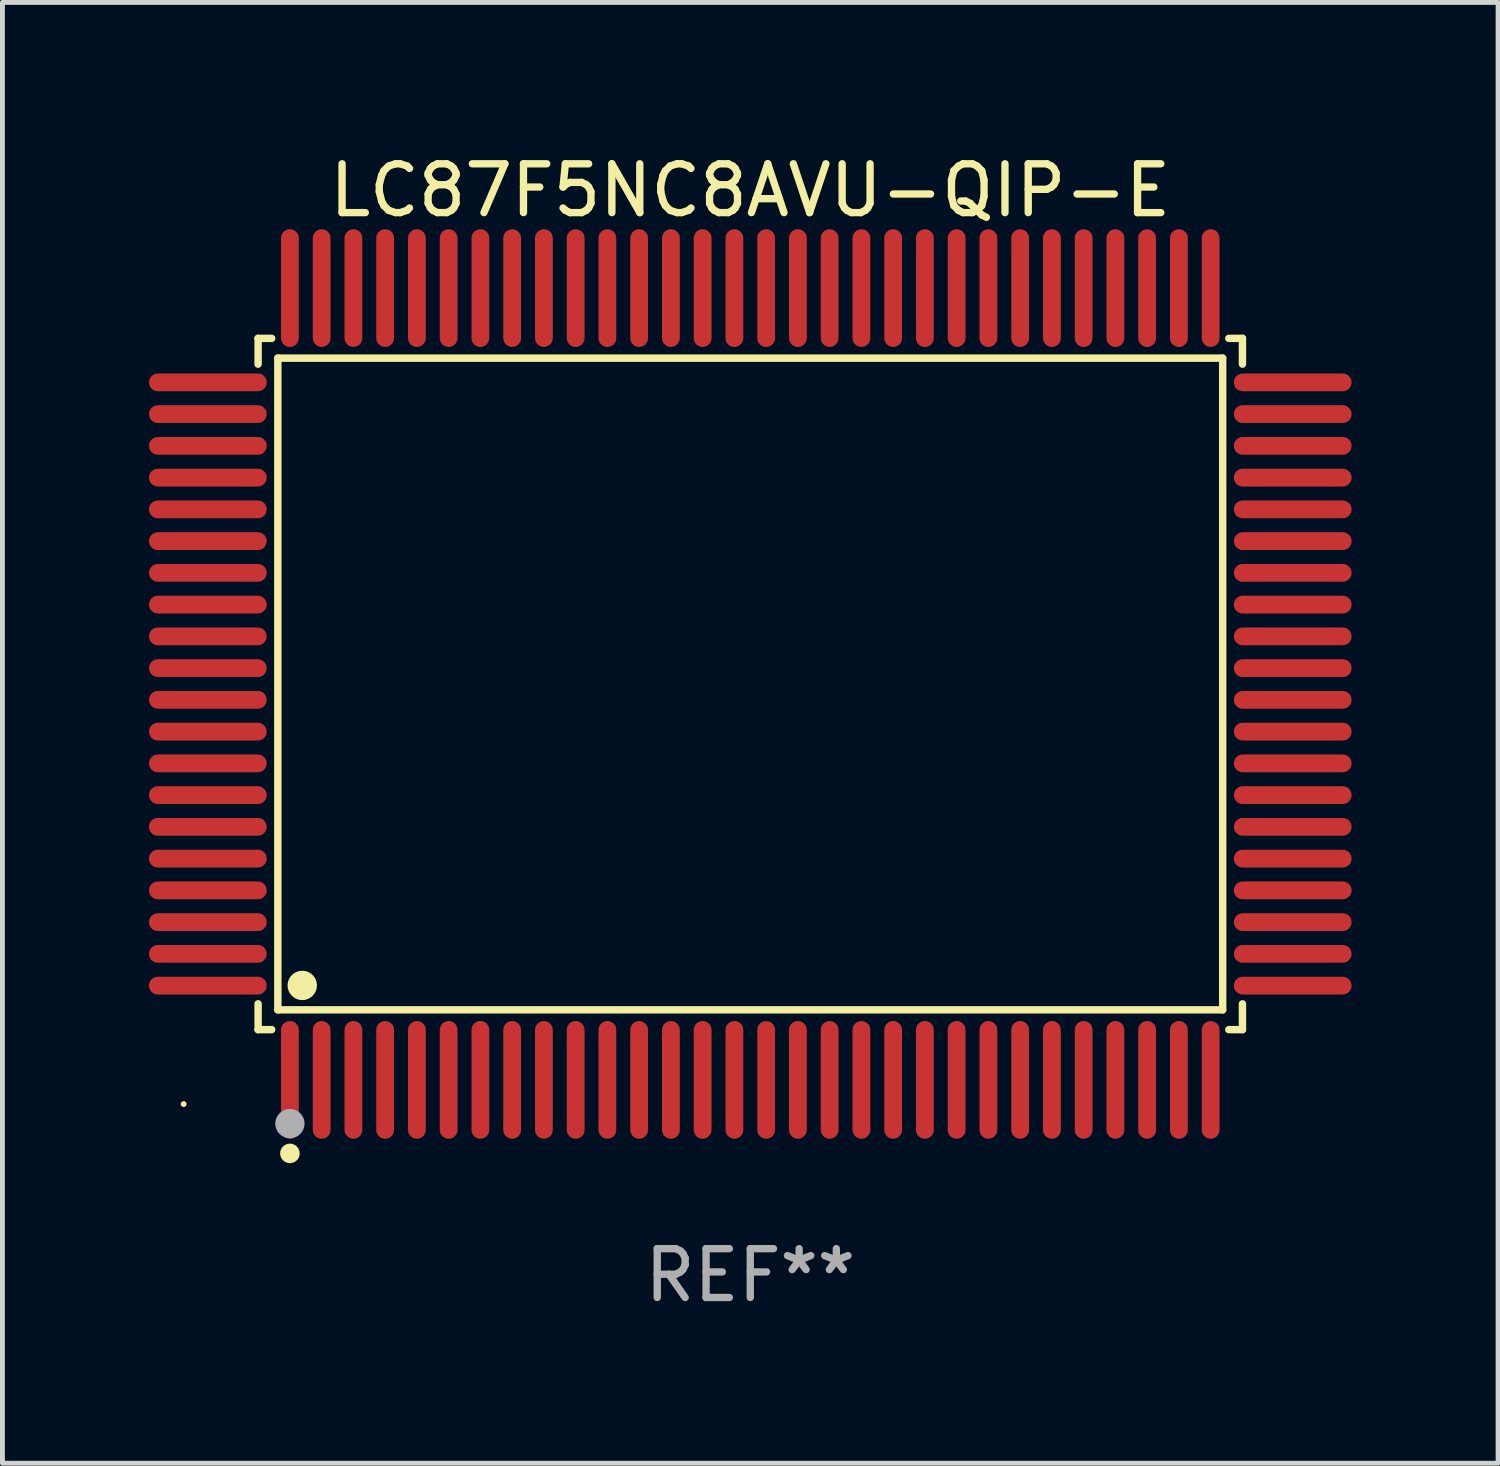
<source format=kicad_pcb>
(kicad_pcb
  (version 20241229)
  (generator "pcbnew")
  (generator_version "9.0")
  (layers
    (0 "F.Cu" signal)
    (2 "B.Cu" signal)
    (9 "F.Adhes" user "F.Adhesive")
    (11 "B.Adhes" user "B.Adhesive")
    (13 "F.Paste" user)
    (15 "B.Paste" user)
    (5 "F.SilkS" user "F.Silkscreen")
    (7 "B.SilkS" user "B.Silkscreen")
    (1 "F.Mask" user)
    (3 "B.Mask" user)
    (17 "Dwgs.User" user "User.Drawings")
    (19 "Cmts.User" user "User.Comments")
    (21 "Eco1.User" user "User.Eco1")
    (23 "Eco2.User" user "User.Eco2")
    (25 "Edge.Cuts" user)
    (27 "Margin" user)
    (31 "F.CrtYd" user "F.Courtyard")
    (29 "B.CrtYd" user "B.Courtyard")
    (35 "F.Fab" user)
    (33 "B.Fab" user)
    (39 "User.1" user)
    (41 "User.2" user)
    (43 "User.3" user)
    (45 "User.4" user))
  (footprint "LC87F5NC8AVU-QIP-E"
    (layer "F.Cu")
    (at 12.31 10.953)
    (property "Reference" "LC87F5NC8AVU-QIP-E" (at 0 -10.105 0) (layer "F.SilkS") (effects (font (size 1 1) (thickness 0.15))))
    (attr through_hole)
    (fp_line (start -10.076 -7.076) (end -9.798 -7.076) (stroke (width 0.152) (type solid)) (layer "F.SilkS"))
    (fp_line (start -10.076 -6.548) (end -10.076 -7.076) (stroke (width 0.152) (type solid)) (layer "F.SilkS"))
    (fp_line (start -10.076 6.548) (end -10.076 7.076) (stroke (width 0.152) (type solid)) (layer "F.SilkS"))
    (fp_line (start -10.076 7.076) (end -9.798 7.076) (stroke (width 0.152) (type solid)) (layer "F.SilkS"))
    (fp_line (start -9.672 -6.671) (end 9.671 -6.671) (stroke (width 0.152) (type solid)) (layer "F.SilkS"))
    (fp_line (start -9.672 6.671) (end -9.672 -6.671) (stroke (width 0.152) (type solid)) (layer "F.SilkS"))
    (fp_line (start 9.671 -6.671) (end 9.671 6.671) (stroke (width 0.152) (type solid)) (layer "F.SilkS"))
    (fp_line (start 9.671 6.671) (end -9.672 6.671) (stroke (width 0.152) (type solid)) (layer "F.SilkS"))
    (fp_line (start 10.076 -7.076) (end 9.797 -7.076) (stroke (width 0.152) (type solid)) (layer "F.SilkS"))
    (fp_line (start 10.076 -6.548) (end 10.076 -7.076) (stroke (width 0.152) (type solid)) (layer "F.SilkS"))
    (fp_line (start 10.076 6.548) (end 10.076 7.076) (stroke (width 0.152) (type solid)) (layer "F.SilkS"))
    (fp_line (start 10.076 7.076) (end 9.797 7.076) (stroke (width 0.152) (type solid)) (layer "F.SilkS"))
    (fp_circle (center -11.6 8.6) (end -11.57 8.6) (stroke (width 0.06) (type solid)) (fill no) (layer "F.SilkS"))
    (fp_circle (center -9.425 9.61) (end -9.325 9.61) (stroke (width 0.2) (type solid)) (fill no) (layer "F.SilkS"))
    (fp_circle (center -9.172 6.171) (end -9.021 6.171) (stroke (width 0.3) (type solid)) (fill no) (layer "F.SilkS"))
    (fp_circle (center -9.425 9) (end -9.275 9) (stroke (width 0.3) (type solid)) (fill no) (layer "F.Fab"))
    (fp_text user "REF**" (at 0 12.105 0) (layer "F.Fab") (effects (font (size 1 1) (thickness 0.15))))
    (pad "1" smd oval (at -9.425 8.105) (size 0.364 2.41) (layers "F.Cu" "F.Mask" "F.Paste"))
    (pad "2" smd oval (at -8.775 8.105) (size 0.364 2.41) (layers "F.Cu" "F.Mask" "F.Paste"))
    (pad "3" smd oval (at -8.125 8.105) (size 0.364 2.41) (layers "F.Cu" "F.Mask" "F.Paste"))
    (pad "4" smd oval (at -7.475 8.105) (size 0.364 2.41) (layers "F.Cu" "F.Mask" "F.Paste"))
    (pad "5" smd oval (at -6.825 8.105) (size 0.364 2.41) (layers "F.Cu" "F.Mask" "F.Paste"))
    (pad "6" smd oval (at -6.175 8.105) (size 0.364 2.41) (layers "F.Cu" "F.Mask" "F.Paste"))
    (pad "7" smd oval (at -5.525 8.105) (size 0.364 2.41) (layers "F.Cu" "F.Mask" "F.Paste"))
    (pad "8" smd oval (at -4.875 8.105) (size 0.364 2.41) (layers "F.Cu" "F.Mask" "F.Paste"))
    (pad "9" smd oval (at -4.225 8.105) (size 0.364 2.41) (layers "F.Cu" "F.Mask" "F.Paste"))
    (pad "10" smd oval (at -3.575 8.105) (size 0.364 2.41) (layers "F.Cu" "F.Mask" "F.Paste"))
    (pad "11" smd oval (at -2.925 8.105) (size 0.364 2.41) (layers "F.Cu" "F.Mask" "F.Paste"))
    (pad "12" smd oval (at -2.275 8.105) (size 0.364 2.41) (layers "F.Cu" "F.Mask" "F.Paste"))
    (pad "13" smd oval (at -1.625 8.105) (size 0.364 2.41) (layers "F.Cu" "F.Mask" "F.Paste"))
    (pad "14" smd oval (at -0.975 8.105) (size 0.364 2.41) (layers "F.Cu" "F.Mask" "F.Paste"))
    (pad "15" smd oval (at -0.325 8.105) (size 0.364 2.41) (layers "F.Cu" "F.Mask" "F.Paste"))
    (pad "16" smd oval (at 0.325 8.105) (size 0.364 2.41) (layers "F.Cu" "F.Mask" "F.Paste"))
    (pad "17" smd oval (at 0.975 8.105) (size 0.364 2.41) (layers "F.Cu" "F.Mask" "F.Paste"))
    (pad "18" smd oval (at 1.625 8.105) (size 0.364 2.41) (layers "F.Cu" "F.Mask" "F.Paste"))
    (pad "19" smd oval (at 2.275 8.105) (size 0.364 2.41) (layers "F.Cu" "F.Mask" "F.Paste"))
    (pad "20" smd oval (at 2.925 8.105) (size 0.364 2.41) (layers "F.Cu" "F.Mask" "F.Paste"))
    (pad "21" smd oval (at 3.575 8.105) (size 0.364 2.41) (layers "F.Cu" "F.Mask" "F.Paste"))
    (pad "22" smd oval (at 4.225 8.105) (size 0.364 2.41) (layers "F.Cu" "F.Mask" "F.Paste"))
    (pad "23" smd oval (at 4.875 8.105) (size 0.364 2.41) (layers "F.Cu" "F.Mask" "F.Paste"))
    (pad "24" smd oval (at 5.525 8.105) (size 0.364 2.41) (layers "F.Cu" "F.Mask" "F.Paste"))
    (pad "25" smd oval (at 6.175 8.105) (size 0.364 2.41) (layers "F.Cu" "F.Mask" "F.Paste"))
    (pad "26" smd oval (at 6.825 8.105) (size 0.364 2.41) (layers "F.Cu" "F.Mask" "F.Paste"))
    (pad "27" smd oval (at 7.475 8.105) (size 0.364 2.41) (layers "F.Cu" "F.Mask" "F.Paste"))
    (pad "28" smd oval (at 8.125 8.105) (size 0.364 2.41) (layers "F.Cu" "F.Mask" "F.Paste"))
    (pad "29" smd oval (at 8.775 8.105) (size 0.364 2.41) (layers "F.Cu" "F.Mask" "F.Paste"))
    (pad "30" smd oval (at 9.425 8.105) (size 0.364 2.41) (layers "F.Cu" "F.Mask" "F.Paste"))
    (pad "31" smd oval (at 11.105 6.175) (size 2.41 0.364) (layers "F.Cu" "F.Mask" "F.Paste"))
    (pad "32" smd oval (at 11.105 5.525) (size 2.41 0.364) (layers "F.Cu" "F.Mask" "F.Paste"))
    (pad "33" smd oval (at 11.105 4.875) (size 2.41 0.364) (layers "F.Cu" "F.Mask" "F.Paste"))
    (pad "34" smd oval (at 11.105 4.225) (size 2.41 0.364) (layers "F.Cu" "F.Mask" "F.Paste"))
    (pad "35" smd oval (at 11.105 3.575) (size 2.41 0.364) (layers "F.Cu" "F.Mask" "F.Paste"))
    (pad "36" smd oval (at 11.105 2.925) (size 2.41 0.364) (layers "F.Cu" "F.Mask" "F.Paste"))
    (pad "37" smd oval (at 11.105 2.275) (size 2.41 0.364) (layers "F.Cu" "F.Mask" "F.Paste"))
    (pad "38" smd oval (at 11.105 1.625) (size 2.41 0.364) (layers "F.Cu" "F.Mask" "F.Paste"))
    (pad "39" smd oval (at 11.105 0.975) (size 2.41 0.364) (layers "F.Cu" "F.Mask" "F.Paste"))
    (pad "40" smd oval (at 11.105 0.325) (size 2.41 0.364) (layers "F.Cu" "F.Mask" "F.Paste"))
    (pad "41" smd oval (at 11.105 -0.325) (size 2.41 0.364) (layers "F.Cu" "F.Mask" "F.Paste"))
    (pad "42" smd oval (at 11.105 -0.975) (size 2.41 0.364) (layers "F.Cu" "F.Mask" "F.Paste"))
    (pad "43" smd oval (at 11.105 -1.625) (size 2.41 0.364) (layers "F.Cu" "F.Mask" "F.Paste"))
    (pad "44" smd oval (at 11.105 -2.275) (size 2.41 0.364) (layers "F.Cu" "F.Mask" "F.Paste"))
    (pad "45" smd oval (at 11.105 -2.925) (size 2.41 0.364) (layers "F.Cu" "F.Mask" "F.Paste"))
    (pad "46" smd oval (at 11.105 -3.575) (size 2.41 0.364) (layers "F.Cu" "F.Mask" "F.Paste"))
    (pad "47" smd oval (at 11.105 -4.225) (size 2.41 0.364) (layers "F.Cu" "F.Mask" "F.Paste"))
    (pad "48" smd oval (at 11.105 -4.875) (size 2.41 0.364) (layers "F.Cu" "F.Mask" "F.Paste"))
    (pad "49" smd oval (at 11.105 -5.525) (size 2.41 0.364) (layers "F.Cu" "F.Mask" "F.Paste"))
    (pad "50" smd oval (at 11.105 -6.175) (size 2.41 0.364) (layers "F.Cu" "F.Mask" "F.Paste"))
    (pad "51" smd oval (at 9.425 -8.105) (size 0.364 2.41) (layers "F.Cu" "F.Mask" "F.Paste"))
    (pad "52" smd oval (at 8.775 -8.105) (size 0.364 2.41) (layers "F.Cu" "F.Mask" "F.Paste"))
    (pad "53" smd oval (at 8.125 -8.105) (size 0.364 2.41) (layers "F.Cu" "F.Mask" "F.Paste"))
    (pad "54" smd oval (at 7.475 -8.105) (size 0.364 2.41) (layers "F.Cu" "F.Mask" "F.Paste"))
    (pad "55" smd oval (at 6.825 -8.105) (size 0.364 2.41) (layers "F.Cu" "F.Mask" "F.Paste"))
    (pad "56" smd oval (at 6.175 -8.105) (size 0.364 2.41) (layers "F.Cu" "F.Mask" "F.Paste"))
    (pad "57" smd oval (at 5.525 -8.105) (size 0.364 2.41) (layers "F.Cu" "F.Mask" "F.Paste"))
    (pad "58" smd oval (at 4.875 -8.105) (size 0.364 2.41) (layers "F.Cu" "F.Mask" "F.Paste"))
    (pad "59" smd oval (at 4.225 -8.105) (size 0.364 2.41) (layers "F.Cu" "F.Mask" "F.Paste"))
    (pad "60" smd oval (at 3.575 -8.105) (size 0.364 2.41) (layers "F.Cu" "F.Mask" "F.Paste"))
    (pad "61" smd oval (at 2.925 -8.105) (size 0.364 2.41) (layers "F.Cu" "F.Mask" "F.Paste"))
    (pad "62" smd oval (at 2.275 -8.105) (size 0.364 2.41) (layers "F.Cu" "F.Mask" "F.Paste"))
    (pad "63" smd oval (at 1.625 -8.105) (size 0.364 2.41) (layers "F.Cu" "F.Mask" "F.Paste"))
    (pad "64" smd oval (at 0.975 -8.105) (size 0.364 2.41) (layers "F.Cu" "F.Mask" "F.Paste"))
    (pad "65" smd oval (at 0.325 -8.105) (size 0.364 2.41) (layers "F.Cu" "F.Mask" "F.Paste"))
    (pad "66" smd oval (at -0.325 -8.105) (size 0.364 2.41) (layers "F.Cu" "F.Mask" "F.Paste"))
    (pad "67" smd oval (at -0.975 -8.105) (size 0.364 2.41) (layers "F.Cu" "F.Mask" "F.Paste"))
    (pad "68" smd oval (at -1.625 -8.105) (size 0.364 2.41) (layers "F.Cu" "F.Mask" "F.Paste"))
    (pad "69" smd oval (at -2.275 -8.105) (size 0.364 2.41) (layers "F.Cu" "F.Mask" "F.Paste"))
    (pad "70" smd oval (at -2.925 -8.105) (size 0.364 2.41) (layers "F.Cu" "F.Mask" "F.Paste"))
    (pad "71" smd oval (at -3.575 -8.105) (size 0.364 2.41) (layers "F.Cu" "F.Mask" "F.Paste"))
    (pad "72" smd oval (at -4.225 -8.105) (size 0.364 2.41) (layers "F.Cu" "F.Mask" "F.Paste"))
    (pad "73" smd oval (at -4.875 -8.105) (size 0.364 2.41) (layers "F.Cu" "F.Mask" "F.Paste"))
    (pad "74" smd oval (at -5.525 -8.105) (size 0.364 2.41) (layers "F.Cu" "F.Mask" "F.Paste"))
    (pad "75" smd oval (at -6.175 -8.105) (size 0.364 2.41) (layers "F.Cu" "F.Mask" "F.Paste"))
    (pad "76" smd oval (at -6.825 -8.105) (size 0.364 2.41) (layers "F.Cu" "F.Mask" "F.Paste"))
    (pad "77" smd oval (at -7.475 -8.105) (size 0.364 2.41) (layers "F.Cu" "F.Mask" "F.Paste"))
    (pad "78" smd oval (at -8.125 -8.105) (size 0.364 2.41) (layers "F.Cu" "F.Mask" "F.Paste"))
    (pad "79" smd oval (at -8.775 -8.105) (size 0.364 2.41) (layers "F.Cu" "F.Mask" "F.Paste"))
    (pad "80" smd oval (at -9.425 -8.105) (size 0.364 2.41) (layers "F.Cu" "F.Mask" "F.Paste"))
    (pad "81" smd oval (at -11.105 -6.175) (size 2.41 0.364) (layers "F.Cu" "F.Mask" "F.Paste"))
    (pad "82" smd oval (at -11.105 -5.525) (size 2.41 0.364) (layers "F.Cu" "F.Mask" "F.Paste"))
    (pad "83" smd oval (at -11.105 -4.875) (size 2.41 0.364) (layers "F.Cu" "F.Mask" "F.Paste"))
    (pad "84" smd oval (at -11.105 -4.225) (size 2.41 0.364) (layers "F.Cu" "F.Mask" "F.Paste"))
    (pad "85" smd oval (at -11.105 -3.575) (size 2.41 0.364) (layers "F.Cu" "F.Mask" "F.Paste"))
    (pad "86" smd oval (at -11.105 -2.925) (size 2.41 0.364) (layers "F.Cu" "F.Mask" "F.Paste"))
    (pad "87" smd oval (at -11.105 -2.275) (size 2.41 0.364) (layers "F.Cu" "F.Mask" "F.Paste"))
    (pad "88" smd oval (at -11.105 -1.625) (size 2.41 0.364) (layers "F.Cu" "F.Mask" "F.Paste"))
    (pad "89" smd oval (at -11.105 -0.975) (size 2.41 0.364) (layers "F.Cu" "F.Mask" "F.Paste"))
    (pad "90" smd oval (at -11.105 -0.325) (size 2.41 0.364) (layers "F.Cu" "F.Mask" "F.Paste"))
    (pad "91" smd oval (at -11.105 0.325) (size 2.41 0.364) (layers "F.Cu" "F.Mask" "F.Paste"))
    (pad "92" smd oval (at -11.105 0.975) (size 2.41 0.364) (layers "F.Cu" "F.Mask" "F.Paste"))
    (pad "93" smd oval (at -11.105 1.625) (size 2.41 0.364) (layers "F.Cu" "F.Mask" "F.Paste"))
    (pad "94" smd oval (at -11.105 2.275) (size 2.41 0.364) (layers "F.Cu" "F.Mask" "F.Paste"))
    (pad "95" smd oval (at -11.105 2.925) (size 2.41 0.364) (layers "F.Cu" "F.Mask" "F.Paste"))
    (pad "96" smd oval (at -11.105 3.575) (size 2.41 0.364) (layers "F.Cu" "F.Mask" "F.Paste"))
    (pad "97" smd oval (at -11.105 4.225) (size 2.41 0.364) (layers "F.Cu" "F.Mask" "F.Paste"))
    (pad "98" smd oval (at -11.105 4.875) (size 2.41 0.364) (layers "F.Cu" "F.Mask" "F.Paste"))
    (pad "99" smd oval (at -11.105 5.525) (size 2.41 0.364) (layers "F.Cu" "F.Mask" "F.Paste"))
    (pad "100" smd oval (at -11.105 6.175) (size 2.41 0.364) (layers "F.Cu" "F.Mask" "F.Paste")))
  (gr_rect
    (start -3 -3)
    (end 27.62 26.906)
    (stroke (width 0.1) (type default))
    (fill no)
    (layer "Edge.Cuts")))
</source>
